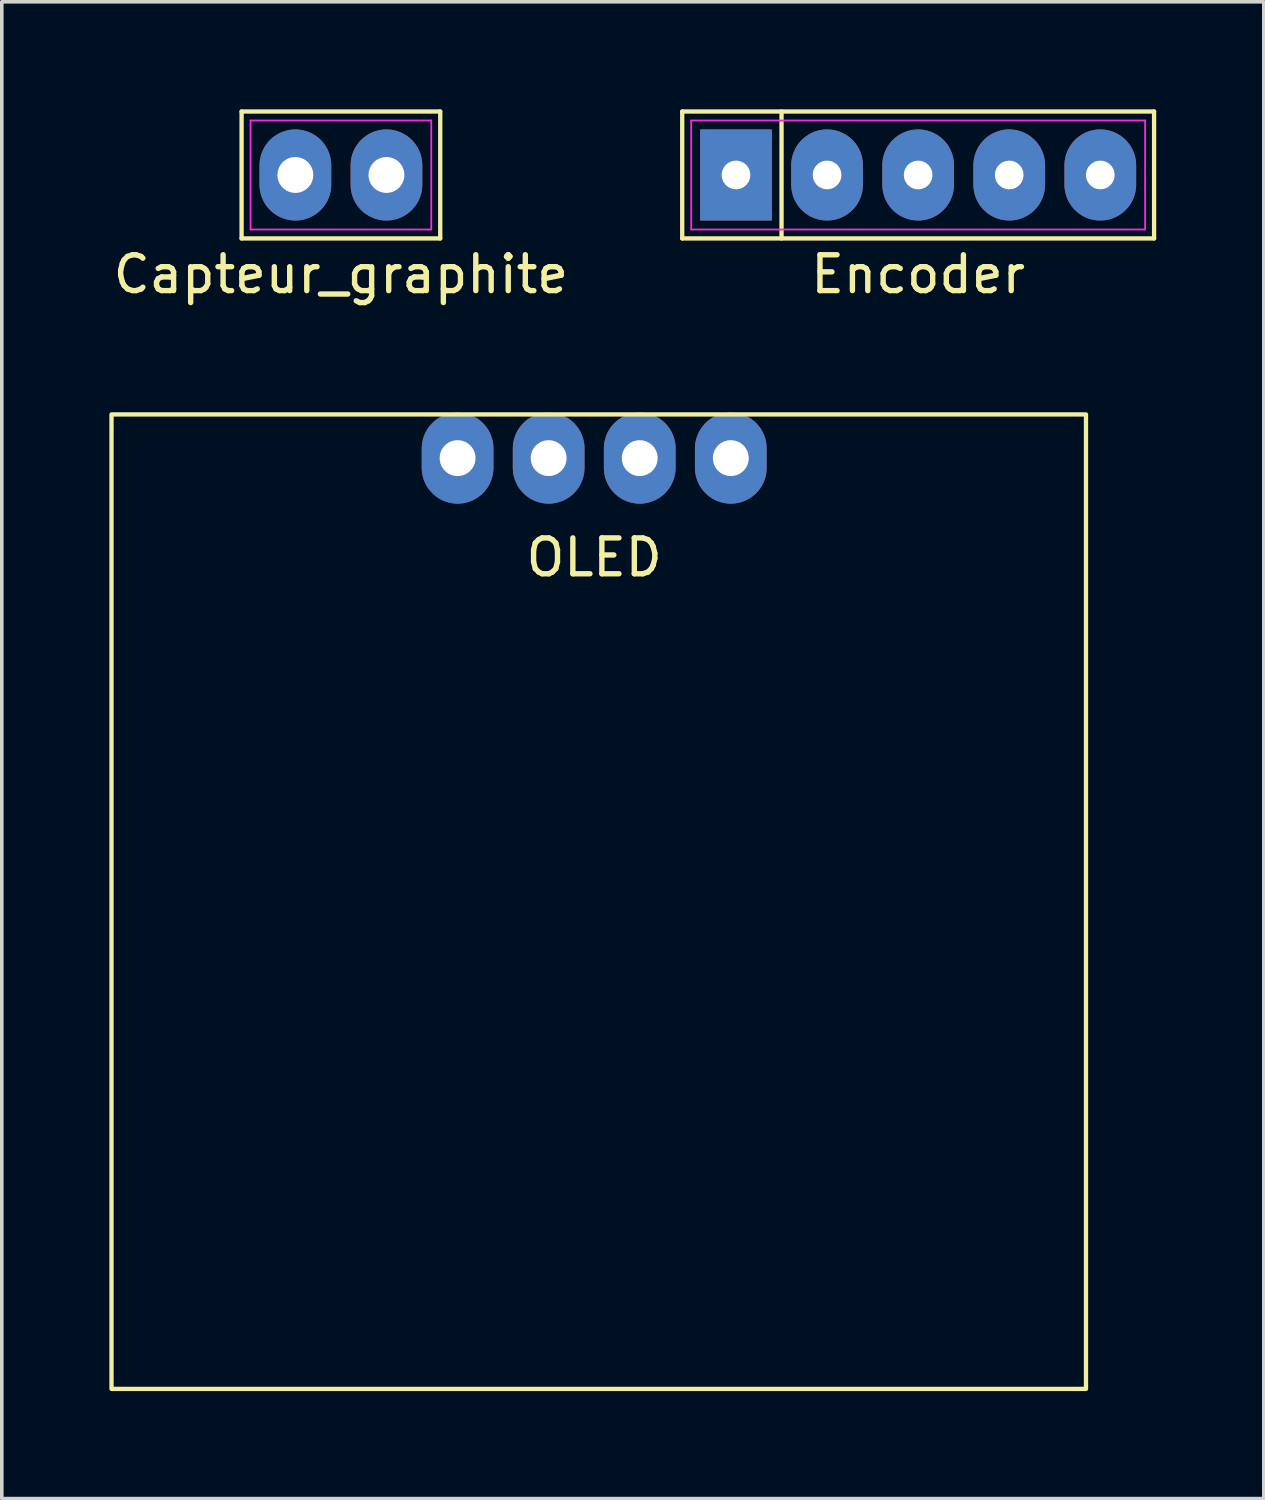
<source format=kicad_pcb>
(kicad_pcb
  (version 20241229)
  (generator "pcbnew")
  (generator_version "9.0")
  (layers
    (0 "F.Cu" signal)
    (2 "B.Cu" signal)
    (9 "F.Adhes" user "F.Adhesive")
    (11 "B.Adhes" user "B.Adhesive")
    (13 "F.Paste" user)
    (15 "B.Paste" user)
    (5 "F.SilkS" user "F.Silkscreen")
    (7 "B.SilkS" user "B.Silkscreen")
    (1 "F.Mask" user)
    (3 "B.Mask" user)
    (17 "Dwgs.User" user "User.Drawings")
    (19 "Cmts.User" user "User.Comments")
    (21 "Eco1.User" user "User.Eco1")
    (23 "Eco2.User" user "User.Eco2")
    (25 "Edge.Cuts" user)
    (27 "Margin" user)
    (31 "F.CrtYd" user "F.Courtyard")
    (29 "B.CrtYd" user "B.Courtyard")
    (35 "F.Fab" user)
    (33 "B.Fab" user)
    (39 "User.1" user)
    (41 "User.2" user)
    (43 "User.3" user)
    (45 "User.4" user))
  (footprint "Encoder"
    (layer "F.Cu")
    (at 22.557 1.83)
    (property "Reference" "Encoder" (at 0 2.77 0) (layer "F.SilkS") (effects (font (size 1 1) (thickness 0.15))))
    (fp_line (start -6.58 -1.77) (end 6.58 -1.77) (stroke (width 0.12) (type solid)) (layer "F.SilkS"))
    (fp_line (start -6.58 1.77) (end -6.58 -1.77) (stroke (width 0.12) (type solid)) (layer "F.SilkS"))
    (fp_line (start -3.81 -1.77) (end -3.81 1.77) (stroke (width 0.12) (type solid)) (layer "F.SilkS"))
    (fp_line (start 6.58 -1.77) (end 6.58 1.77) (stroke (width 0.12) (type solid)) (layer "F.SilkS"))
    (fp_line (start 6.58 1.77) (end -6.58 1.77) (stroke (width 0.12) (type solid)) (layer "F.SilkS"))
    (fp_line (start -6.33 -1.52) (end 6.33 -1.52) (stroke (width 0.05) (type solid)) (layer "F.CrtYd"))
    (fp_line (start -6.33 1.52) (end -6.33 -1.52) (stroke (width 0.05) (type solid)) (layer "F.CrtYd"))
    (fp_line (start 6.33 -1.52) (end 6.33 1.52) (stroke (width 0.05) (type solid)) (layer "F.CrtYd"))
    (fp_line (start 6.33 1.52) (end -6.33 1.52) (stroke (width 0.05) (type solid)) (layer "F.CrtYd"))
    (pad "1" thru_hole rect (at -5.08 0) (size 2 2.54) (drill 0.8) (layers "*.Cu" "*.Mask"))
    (pad "2" thru_hole oval (at -2.54 0) (size 2 2.54) (drill 0.8) (layers "*.Cu" "*.Mask"))
    (pad "3" thru_hole oval (at 0 0) (size 2 2.54) (drill 0.8) (layers "*.Cu" "*.Mask"))
    (pad "4" thru_hole oval (at 2.54 0) (size 2 2.54) (drill 0.8) (layers "*.Cu" "*.Mask"))
    (pad "5" thru_hole oval (at 5.08 0) (size 2 2.54) (drill 0.8) (layers "*.Cu" "*.Mask")))
  (footprint "Capteur_graphite"
    (layer "F.Cu")
    (at 6.458 1.83)
    (property "Reference" "Capteur_graphite" (at 0 2.77 0) (layer "F.SilkS") (effects (font (size 1 1) (thickness 0.15))))
    (fp_line (start -2.77 -1.77) (end 2.77 -1.77) (stroke (width 0.12) (type solid)) (layer "F.SilkS"))
    (fp_line (start -2.77 1.77) (end -2.77 -1.77) (stroke (width 0.12) (type solid)) (layer "F.SilkS"))
    (fp_line (start 2.77 -1.77) (end 2.77 1.77) (stroke (width 0.12) (type solid)) (layer "F.SilkS"))
    (fp_line (start 2.77 1.77) (end -2.77 1.77) (stroke (width 0.12) (type solid)) (layer "F.SilkS"))
    (fp_line (start -2.52 -1.52) (end 2.52 -1.52) (stroke (width 0.05) (type solid)) (layer "F.CrtYd"))
    (fp_line (start -2.52 1.52) (end -2.52 -1.52) (stroke (width 0.05) (type solid)) (layer "F.CrtYd"))
    (fp_line (start 2.52 -1.52) (end 2.52 1.52) (stroke (width 0.05) (type solid)) (layer "F.CrtYd"))
    (fp_line (start 2.52 1.52) (end -2.52 1.52) (stroke (width 0.05) (type solid)) (layer "F.CrtYd"))
    (pad "1" thru_hole oval (at -1.27 0) (size 2 2.54) (drill 1) (layers "*.Cu" "*.Mask"))
    (pad "2" thru_hole oval (at 1.27 0) (size 2 2.54) (drill 1) (layers "*.Cu" "*.Mask")))
  (footprint "OLED"
    (layer "F.Cu")
    (at 13.522 9.727)
    (property "Reference" "OLED" (at 0 2.77 0) (layer "F.SilkS") (effects (font (size 1 1) (thickness 0.15))))
    (fp_rect (start -13.462 -1.219) (end 13.716 25.959) (stroke (width 0.12) (type solid)) (fill no) (layer "F.SilkS"))
    (pad "1" thru_hole oval (at -3.81 0) (size 2 2.54) (drill 1) (layers "*.Cu" "*.Mask"))
    (pad "2" thru_hole oval (at -1.27 0) (size 2 2.54) (drill 1) (layers "*.Cu" "*.Mask"))
    (pad "3" thru_hole oval (at 1.27 0) (size 2 2.54) (drill 1) (layers "*.Cu" "*.Mask"))
    (pad "4" thru_hole oval (at 3.81 0) (size 2 2.54) (drill 1) (layers "*.Cu" "*.Mask")))
  (gr_rect
    (start -3 -3)
    (end 32.197 38.746)
    (stroke (width 0.1) (type default))
    (fill no)
    (layer "Edge.Cuts")))
</source>
